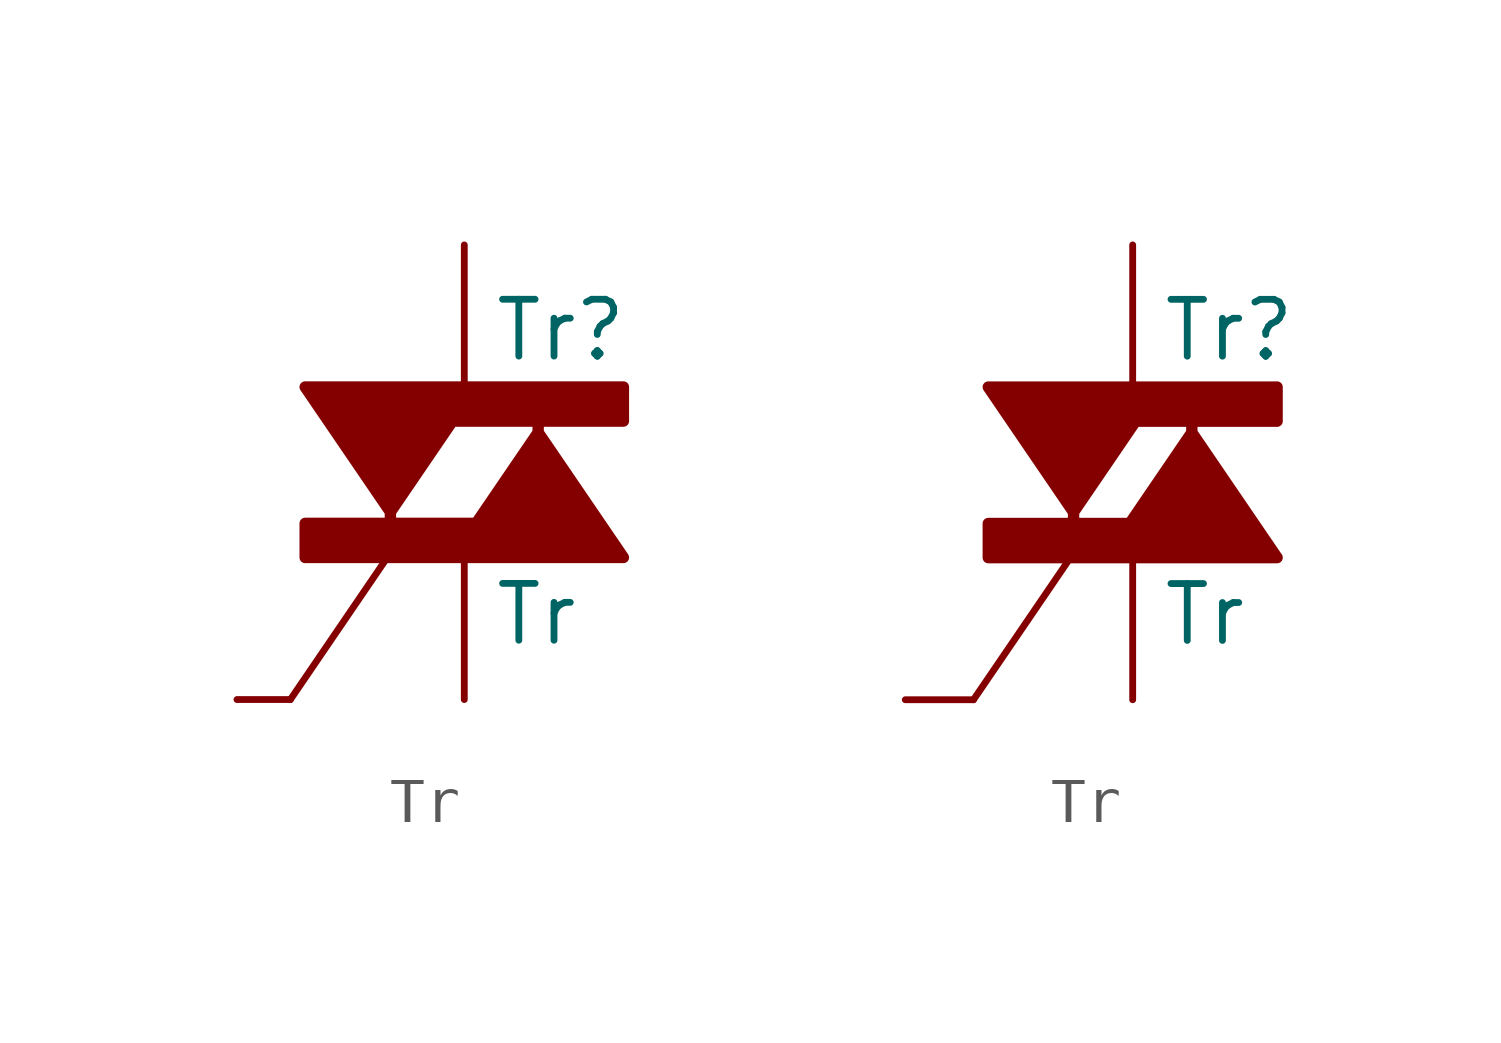
<source format=kicad_sym>
(kicad_symbol_lib
  (version 20220914)
  (generator kicad_symbol_editor)
  (symbol "Tr"
    (pin_numbers hide)
    (pin_names
      (offset 0) hide)
    (property "Reference" "Tr"
      (at 0.635 3.175 0)
      (effects (font (size 1.27 1.27)) (justify left)))
    (property "Value" "Tr"
      (at 0.635 -3.175 0)
      (effects (font (size 1.27 1.27)) (justify left)))
    (symbol "Tr_1_1"
      (polyline (pts (xy -1.6 -1.727) (xy -3.886 -5.08)) (stroke (width 0) (type default)) (fill (type none)))
      (polyline (pts (xy -1.651 -0.889) (xy -1.651 -1.143) (xy -3.556 -1.143) (xy -3.556 -1.905) (xy 3.556 -1.905) (xy 1.651 0.889) (xy 1.651 1.143) (xy 3.556 1.143) (xy 3.556 1.905) (xy -3.556 1.905) (xy -1.651 -0.889) (xy -0.127 1.346) (xy -0.254 1.143) (xy 1.651 1.143) (xy 1.651 0.889) (xy 0.127 -1.346) (xy 0.254 -1.143) (xy -1.651 -1.143) (xy -1.651 -0.889)) (stroke (width 0.254) (type default)) (fill (type outline)))
      (pin passive line (at 0 -5.08 90) (length 3.175) (name "MT1" (effects (font (size 1.27 1.27)))) (number "1" (effects (font (size 1.27 1.27)))))
      (pin passive line (at 0 5.08 270) (length 3.175) (name "MT2" (effects (font (size 1.27 1.27)))) (number "2" (effects (font (size 1.27 1.27)))))
      (pin passive line (at -5.08 -5.08 0) (length 1.194) (name "G" (effects (font (size 1.27 1.27)))) (number "3" (effects (font (size 1.27 1.27))))))
    (symbol "Tr_1_2"
      (polyline (pts (xy -1.27 -1.727) (xy -3.556 -5.08)) (stroke (width 0) (type default)) (fill (type none)))
      (polyline (pts (xy -1.321 -0.889) (xy -1.321 -1.143) (xy -3.226 -1.143) (xy -3.226 -1.905) (xy 3.226 -1.905) (xy 1.321 0.889) (xy 1.321 1.143) (xy 3.226 1.143) (xy 3.226 1.905) (xy -3.226 1.905) (xy -1.321 -0.889) (xy 0.203 1.346) (xy 0.076 1.143) (xy 1.321 1.143) (xy 1.321 0.889) (xy -0.203 -1.346) (xy -0.076 -1.143) (xy -1.321 -1.143) (xy -1.321 -0.889)) (stroke (width 0.254) (type default)) (fill (type outline)))
      (pin passive line (at 0 -5.08 90) (length 3.175) (name "MT1" (effects (font (size 1.27 1.27)))) (number "1" (effects (font (size 1.27 1.27)))))
      (pin passive line (at 0 5.08 270) (length 3.175) (name "MT2" (effects (font (size 1.27 1.27)))) (number "2" (effects (font (size 1.27 1.27)))))
      (pin passive line (at -5.08 -5.08 0) (length 1.524) (name "G" (effects (font (size 1.27 1.27)))) (number "3" (effects (font (size 1.27 1.27))))))))
</source>
